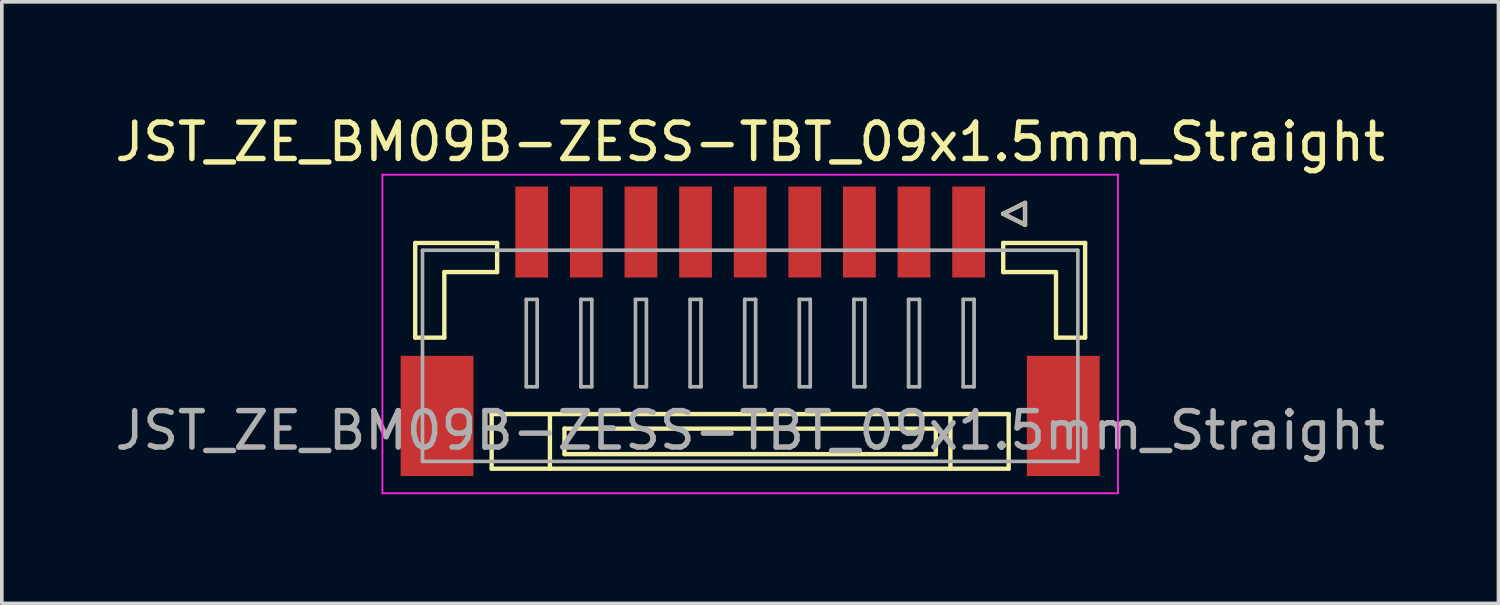
<source format=kicad_pcb>
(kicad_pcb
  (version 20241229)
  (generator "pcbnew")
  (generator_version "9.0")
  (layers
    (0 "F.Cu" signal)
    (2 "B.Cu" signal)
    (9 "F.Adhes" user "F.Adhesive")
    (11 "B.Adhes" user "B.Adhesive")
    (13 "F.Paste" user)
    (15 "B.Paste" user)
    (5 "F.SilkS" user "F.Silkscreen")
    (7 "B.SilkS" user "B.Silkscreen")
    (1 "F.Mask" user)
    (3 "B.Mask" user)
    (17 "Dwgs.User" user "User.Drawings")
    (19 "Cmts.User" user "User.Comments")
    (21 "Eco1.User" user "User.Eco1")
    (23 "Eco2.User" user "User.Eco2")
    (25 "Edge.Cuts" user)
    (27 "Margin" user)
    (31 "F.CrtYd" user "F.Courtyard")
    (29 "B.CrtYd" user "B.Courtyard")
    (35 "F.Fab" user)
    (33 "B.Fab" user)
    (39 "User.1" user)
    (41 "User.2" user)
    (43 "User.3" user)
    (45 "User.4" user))
  (footprint "JST_ZE_BM09B-ZESS-TBT_09x1.5mm_Straight"
    (layer "F.Cu")
    (at 17.554 5.848)
    (property "Reference" "JST_ZE_BM09B-ZESS-TBT_09x1.5mm_Straight" (at 0 -5 0) (layer "F.SilkS") (effects (font (size 1 1) (thickness 0.15))))
    (attr smd)
    (fp_line (start -9.2 -2.225) (end -9.2 0.375) (stroke (width 0.12) (type solid)) (layer "F.SilkS"))
    (fp_line (start -9.2 0.375) (end -8.4 0.375) (stroke (width 0.12) (type solid)) (layer "F.SilkS"))
    (fp_line (start -8.4 -1.425) (end -6.95 -1.425) (stroke (width 0.12) (type solid)) (layer "F.SilkS"))
    (fp_line (start -8.4 0.375) (end -8.4 -1.425) (stroke (width 0.12) (type solid)) (layer "F.SilkS"))
    (fp_line (start -7.1 2.475) (end -7.1 3.975) (stroke (width 0.12) (type solid)) (layer "F.SilkS"))
    (fp_line (start -7.1 3.975) (end 7.1 3.975) (stroke (width 0.12) (type solid)) (layer "F.SilkS"))
    (fp_line (start -6.95 -2.225) (end -9.2 -2.225) (stroke (width 0.12) (type solid)) (layer "F.SilkS"))
    (fp_line (start -6.95 -1.425) (end -6.95 -2.225) (stroke (width 0.12) (type solid)) (layer "F.SilkS"))
    (fp_line (start -5.5 2.475) (end -5.5 3.975) (stroke (width 0.12) (type solid)) (layer "F.SilkS"))
    (fp_line (start -5.1 2.875) (end -5.1 3.575) (stroke (width 0.12) (type solid)) (layer "F.SilkS"))
    (fp_line (start -5.1 3.575) (end 5.1 3.575) (stroke (width 0.12) (type solid)) (layer "F.SilkS"))
    (fp_line (start 5.1 2.875) (end -5.1 2.875) (stroke (width 0.12) (type solid)) (layer "F.SilkS"))
    (fp_line (start 5.1 3.575) (end 5.1 2.875) (stroke (width 0.12) (type solid)) (layer "F.SilkS"))
    (fp_line (start 5.5 2.475) (end 5.5 3.975) (stroke (width 0.12) (type solid)) (layer "F.SilkS"))
    (fp_line (start 6.95 -3.025) (end 7.55 -3.325) (stroke (width 0.12) (type solid)) (layer "F.SilkS"))
    (fp_line (start 6.95 -2.225) (end 9.2 -2.225) (stroke (width 0.12) (type solid)) (layer "F.SilkS"))
    (fp_line (start 6.95 -1.425) (end 6.95 -2.225) (stroke (width 0.12) (type solid)) (layer "F.SilkS"))
    (fp_line (start 7.1 2.475) (end -7.1 2.475) (stroke (width 0.12) (type solid)) (layer "F.SilkS"))
    (fp_line (start 7.1 3.975) (end 7.1 2.475) (stroke (width 0.12) (type solid)) (layer "F.SilkS"))
    (fp_line (start 7.55 -3.325) (end 7.55 -2.725) (stroke (width 0.12) (type solid)) (layer "F.SilkS"))
    (fp_line (start 7.55 -2.725) (end 6.95 -3.025) (stroke (width 0.12) (type solid)) (layer "F.SilkS"))
    (fp_line (start 8.4 -1.425) (end 6.95 -1.425) (stroke (width 0.12) (type solid)) (layer "F.SilkS"))
    (fp_line (start 8.4 0.375) (end 8.4 -1.425) (stroke (width 0.12) (type solid)) (layer "F.SilkS"))
    (fp_line (start 9.2 -2.225) (end 9.2 0.375) (stroke (width 0.12) (type solid)) (layer "F.SilkS"))
    (fp_line (start 9.2 0.375) (end 8.4 0.375) (stroke (width 0.12) (type solid)) (layer "F.SilkS"))
    (fp_line (start -10.1 -4.1) (end -10.1 4.65) (stroke (width 0.05) (type solid)) (layer "F.CrtYd"))
    (fp_line (start -10.1 4.65) (end 10.1 4.65) (stroke (width 0.05) (type solid)) (layer "F.CrtYd"))
    (fp_line (start 10.1 -4.1) (end -10.1 -4.1) (stroke (width 0.05) (type solid)) (layer "F.CrtYd"))
    (fp_line (start 10.1 4.65) (end 10.1 -4.1) (stroke (width 0.05) (type solid)) (layer "F.CrtYd"))
    (fp_line (start -9 -2.025) (end -9 3.775) (stroke (width 0.1) (type solid)) (layer "F.Fab"))
    (fp_line (start -9 3.775) (end 9 3.775) (stroke (width 0.1) (type solid)) (layer "F.Fab"))
    (fp_line (start -6.15 -0.675) (end -6.15 1.725) (stroke (width 0.1) (type solid)) (layer "F.Fab"))
    (fp_line (start -6.15 1.725) (end -5.85 1.725) (stroke (width 0.1) (type solid)) (layer "F.Fab"))
    (fp_line (start -5.85 -0.675) (end -6.15 -0.675) (stroke (width 0.1) (type solid)) (layer "F.Fab"))
    (fp_line (start -5.85 1.725) (end -5.85 -0.675) (stroke (width 0.1) (type solid)) (layer "F.Fab"))
    (fp_line (start -4.65 -0.675) (end -4.65 1.725) (stroke (width 0.1) (type solid)) (layer "F.Fab"))
    (fp_line (start -4.65 1.725) (end -4.35 1.725) (stroke (width 0.1) (type solid)) (layer "F.Fab"))
    (fp_line (start -4.35 -0.675) (end -4.65 -0.675) (stroke (width 0.1) (type solid)) (layer "F.Fab"))
    (fp_line (start -4.35 1.725) (end -4.35 -0.675) (stroke (width 0.1) (type solid)) (layer "F.Fab"))
    (fp_line (start -3.15 -0.675) (end -3.15 1.725) (stroke (width 0.1) (type solid)) (layer "F.Fab"))
    (fp_line (start -3.15 1.725) (end -2.85 1.725) (stroke (width 0.1) (type solid)) (layer "F.Fab"))
    (fp_line (start -2.85 -0.675) (end -3.15 -0.675) (stroke (width 0.1) (type solid)) (layer "F.Fab"))
    (fp_line (start -2.85 1.725) (end -2.85 -0.675) (stroke (width 0.1) (type solid)) (layer "F.Fab"))
    (fp_line (start -1.65 -0.675) (end -1.65 1.725) (stroke (width 0.1) (type solid)) (layer "F.Fab"))
    (fp_line (start -1.65 1.725) (end -1.35 1.725) (stroke (width 0.1) (type solid)) (layer "F.Fab"))
    (fp_line (start -1.35 -0.675) (end -1.65 -0.675) (stroke (width 0.1) (type solid)) (layer "F.Fab"))
    (fp_line (start -1.35 1.725) (end -1.35 -0.675) (stroke (width 0.1) (type solid)) (layer "F.Fab"))
    (fp_line (start -0.15 -0.675) (end -0.15 1.725) (stroke (width 0.1) (type solid)) (layer "F.Fab"))
    (fp_line (start -0.15 1.725) (end 0.15 1.725) (stroke (width 0.1) (type solid)) (layer "F.Fab"))
    (fp_line (start 0.15 -0.675) (end -0.15 -0.675) (stroke (width 0.1) (type solid)) (layer "F.Fab"))
    (fp_line (start 0.15 1.725) (end 0.15 -0.675) (stroke (width 0.1) (type solid)) (layer "F.Fab"))
    (fp_line (start 1.35 -0.675) (end 1.35 1.725) (stroke (width 0.1) (type solid)) (layer "F.Fab"))
    (fp_line (start 1.35 1.725) (end 1.65 1.725) (stroke (width 0.1) (type solid)) (layer "F.Fab"))
    (fp_line (start 1.65 -0.675) (end 1.35 -0.675) (stroke (width 0.1) (type solid)) (layer "F.Fab"))
    (fp_line (start 1.65 1.725) (end 1.65 -0.675) (stroke (width 0.1) (type solid)) (layer "F.Fab"))
    (fp_line (start 2.85 -0.675) (end 2.85 1.725) (stroke (width 0.1) (type solid)) (layer "F.Fab"))
    (fp_line (start 2.85 1.725) (end 3.15 1.725) (stroke (width 0.1) (type solid)) (layer "F.Fab"))
    (fp_line (start 3.15 -0.675) (end 2.85 -0.675) (stroke (width 0.1) (type solid)) (layer "F.Fab"))
    (fp_line (start 3.15 1.725) (end 3.15 -0.675) (stroke (width 0.1) (type solid)) (layer "F.Fab"))
    (fp_line (start 4.35 -0.675) (end 4.35 1.725) (stroke (width 0.1) (type solid)) (layer "F.Fab"))
    (fp_line (start 4.35 1.725) (end 4.65 1.725) (stroke (width 0.1) (type solid)) (layer "F.Fab"))
    (fp_line (start 4.65 -0.675) (end 4.35 -0.675) (stroke (width 0.1) (type solid)) (layer "F.Fab"))
    (fp_line (start 4.65 1.725) (end 4.65 -0.675) (stroke (width 0.1) (type solid)) (layer "F.Fab"))
    (fp_line (start 5.85 -0.675) (end 5.85 1.725) (stroke (width 0.1) (type solid)) (layer "F.Fab"))
    (fp_line (start 5.85 1.725) (end 6.15 1.725) (stroke (width 0.1) (type solid)) (layer "F.Fab"))
    (fp_line (start 6.15 -0.675) (end 5.85 -0.675) (stroke (width 0.1) (type solid)) (layer "F.Fab"))
    (fp_line (start 6.15 1.725) (end 6.15 -0.675) (stroke (width 0.1) (type solid)) (layer "F.Fab"))
    (fp_line (start 6.95 -3.025) (end 7.55 -3.325) (stroke (width 0.1) (type solid)) (layer "F.Fab"))
    (fp_line (start 7.55 -3.325) (end 7.55 -2.725) (stroke (width 0.1) (type solid)) (layer "F.Fab"))
    (fp_line (start 7.55 -2.725) (end 6.95 -3.025) (stroke (width 0.1) (type solid)) (layer "F.Fab"))
    (fp_line (start 9 -2.025) (end -9 -2.025) (stroke (width 0.1) (type solid)) (layer "F.Fab"))
    (fp_line (start 9 3.775) (end 9 -2.025) (stroke (width 0.1) (type solid)) (layer "F.Fab"))
    (fp_text user "${REFERENCE}" (at 0 2.925 0) (layer "F.Fab") (effects (font (size 1 1) (thickness 0.15))))
    (pad "" smd rect (at -8.6 2.525) (size 2 3.3) (layers "F.Cu" "F.Mask" "F.Paste"))
    (pad "" smd rect (at 8.6 2.525) (size 2 3.3) (layers "F.Cu" "F.Mask" "F.Paste"))
    (pad "1" smd rect (at 6 -2.525) (size 0.9 2.5) (layers "F.Cu" "F.Mask" "F.Paste"))
    (pad "2" smd rect (at 4.5 -2.525) (size 0.9 2.5) (layers "F.Cu" "F.Mask" "F.Paste"))
    (pad "3" smd rect (at 3 -2.525) (size 0.9 2.5) (layers "F.Cu" "F.Mask" "F.Paste"))
    (pad "4" smd rect (at 1.5 -2.525) (size 0.9 2.5) (layers "F.Cu" "F.Mask" "F.Paste"))
    (pad "5" smd rect (at 0 -2.525) (size 0.9 2.5) (layers "F.Cu" "F.Mask" "F.Paste"))
    (pad "6" smd rect (at -1.5 -2.525) (size 0.9 2.5) (layers "F.Cu" "F.Mask" "F.Paste"))
    (pad "7" smd rect (at -3 -2.525) (size 0.9 2.5) (layers "F.Cu" "F.Mask" "F.Paste"))
    (pad "8" smd rect (at -4.5 -2.525) (size 0.9 2.5) (layers "F.Cu" "F.Mask" "F.Paste"))
    (pad "9" smd rect (at -6 -2.525) (size 0.9 2.5) (layers "F.Cu" "F.Mask" "F.Paste")))
  (gr_rect
    (start -3 -3)
    (end 38.107 13.523)
    (stroke (width 0.1) (type default))
    (fill no)
    (layer "Edge.Cuts")))
</source>
